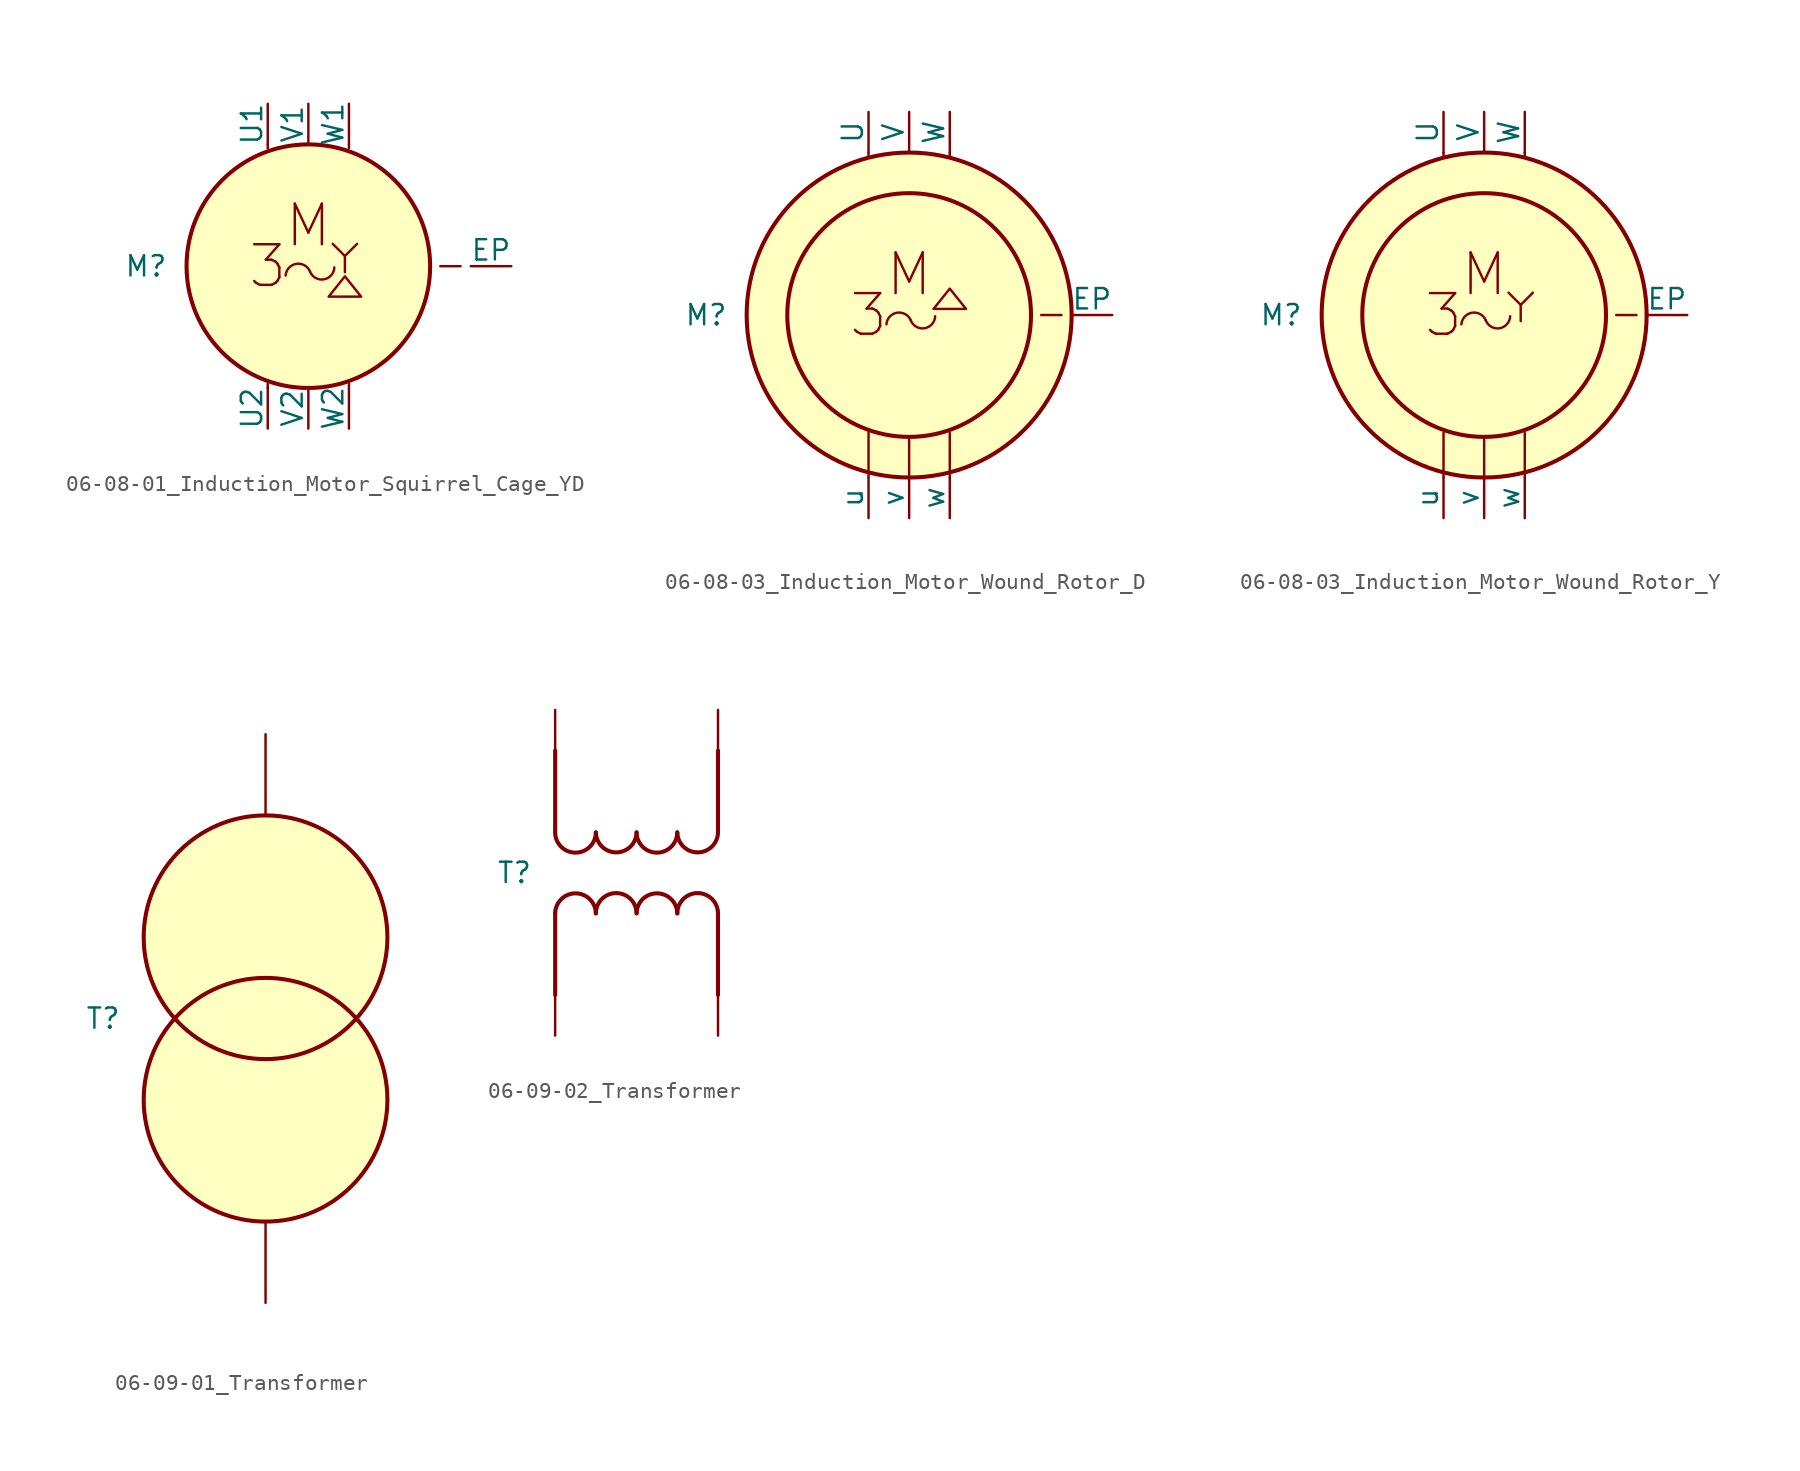
<source format=kicad_sym>
(kicad_symbol_lib
  (version 20201005)
  (generator kicad_symbol_editor)
  (symbol "Symbol_IEC_60617-6:06-08-01_Induction_Motor_Squirrel_Cage_YD"
    (pin_numbers hide)
    (pin_names
      (offset 0))
    (property "Reference" "M"
      (at -10.16 0 0)
      (effects (font (size 1.27 1.27))))
    (symbol "06-08-01_Induction_Motor_Squirrel_Cage_YD_0_1"
      (circle (center 0 0) (radius 7.62) (stroke (width 0.254)) (fill (type background)))
      (polyline (pts (xy -2.54 -7.62) (xy -2.54 -7.366)) (stroke (width 0.152)) (fill (type none)))
      (polyline (pts (xy -2.54 7.62) (xy -2.54 7.366)) (stroke (width 0.152)) (fill (type none)))
      (polyline (pts (xy 2.54 -7.62) (xy 2.54 -7.366)) (stroke (width 0.152)) (fill (type none)))
      (polyline (pts (xy 2.54 7.62) (xy 2.54 7.366)) (stroke (width 0.152)) (fill (type none))))
    (symbol "06-08-01_Induction_Motor_Squirrel_Cage_YD_1_1"
      (arc (start 0.1016 -0.3302) (end -1.4224 -0.5842) (radius (at -0.635 -0.635) (length 0.7874) (angles 22.5 176.3)) (stroke (width 0)) (fill (type none)))
      (arc (start 1.6256 -0.0762) (end 0.1016 -0.3302) (radius (at 0.8128 -0.0254) (length 0.762) (angles -3.6 -156.8)) (stroke (width 0)) (fill (type none)))
      (text "3" (at -2.54 0 0) (effects (font (size 2.54 2.54))))
      (text "M" (at 0 2.54 0) (effects (font (size 2.54 2.54))))
      (polyline (pts (xy 2.286 0.635) (xy 3.048 1.397)) (stroke (width 0)) (fill (type none)))
      (polyline (pts (xy 9.525 0) (xy 8.255 0)) (stroke (width 0.152)) (fill (type none)))
      (polyline (pts (xy 2.286 -0.381) (xy 2.286 0.635) (xy 1.524 1.397)) (stroke (width 0)) (fill (type none)))
      (polyline (pts (xy 1.27 -1.905) (xy 3.175 -1.905) (xy 3.302 -1.905) (xy 2.286 -0.635) (xy 1.27 -1.905)) (stroke (width 0)) (fill (type none)))
      (pin passive line (at -2.54 10.16 270) (length 2.54) (name "U1" (effects (font (size 1.27 1.27)))) (number "1" (effects (font (size 1.27 1.27)))))
      (pin passive line (at 0 10.16 270) (length 2.54) (name "V1" (effects (font (size 1.27 1.27)))) (number "2" (effects (font (size 1.27 1.27)))))
      (pin passive line (at 2.54 10.16 270) (length 2.54) (name "W1" (effects (font (size 1.27 1.27)))) (number "3" (effects (font (size 1.27 1.27)))))
      (pin passive line (at -2.54 -10.16 90) (length 2.54) (name "U2" (effects (font (size 1.27 1.27)))) (number "4" (effects (font (size 1.27 1.27)))))
      (pin passive line (at 0 -10.16 90) (length 2.54) (name "V2" (effects (font (size 1.27 1.27)))) (number "5" (effects (font (size 1.27 1.27)))))
      (pin passive line (at 2.54 -10.16 90) (length 2.54) (name "W2" (effects (font (size 1.27 1.27)))) (number "6" (effects (font (size 1.27 1.27)))))
      (pin passive line (at 12.7 0 180) (length 2.54) (name "EP" (effects (font (size 1.27 1.27)))) (number "~" (effects (font (size 1.27 1.27)))))))
  (symbol "Symbol_IEC_60617-6:06-08-03_Induction_Motor_Wound_Rotor_D"
    (pin_numbers hide)
    (pin_names
      (offset 0))
    (property "Reference" "M"
      (at -12.7 0 0)
      (effects (font (size 1.27 1.27))))
    (symbol "06-08-03_Induction_Motor_Wound_Rotor_D_0_1"
      (circle (center 0 0) (radius 7.62) (stroke (width 0.254)) (fill (type none)))
      (circle (center 0 0) (radius 10.16) (stroke (width 0.254)) (fill (type background)))
      (polyline (pts (xy -2.54 -10.16) (xy -2.54 -7.366)) (stroke (width 0.152)) (fill (type none)))
      (polyline (pts (xy -2.54 10.16) (xy -2.54 9.906)) (stroke (width 0.152)) (fill (type none)))
      (polyline (pts (xy 0 -10.16) (xy 0 -7.62)) (stroke (width 0.152)) (fill (type none)))
      (polyline (pts (xy 2.54 -10.16) (xy 2.54 -7.366)) (stroke (width 0.152)) (fill (type none)))
      (polyline (pts (xy 2.54 10.16) (xy 2.54 9.906)) (stroke (width 0.152)) (fill (type none))))
    (symbol "06-08-03_Induction_Motor_Wound_Rotor_D_1_1"
      (arc (start 0.1016 -0.3302) (end -1.4224 -0.5842) (radius (at -0.635 -0.635) (length 0.7874) (angles 22.5 176.3)) (stroke (width 0)) (fill (type none)))
      (arc (start 1.6256 -0.0762) (end 0.1016 -0.3302) (radius (at 0.8128 -0.0254) (length 0.762) (angles -3.6 -156.8)) (stroke (width 0)) (fill (type none)))
      (text "3" (at -2.54 0 0) (effects (font (size 2.54 2.54))))
      (text "M" (at 0 2.54 0) (effects (font (size 2.54 2.54))))
      (polyline (pts (xy 9.525 0) (xy 8.255 0)) (stroke (width 0.152)) (fill (type none)))
      (polyline (pts (xy 1.524 0.381) (xy 3.429 0.381) (xy 3.556 0.381) (xy 2.54 1.651) (xy 1.524 0.381)) (stroke (width 0)) (fill (type none)))
      (pin passive line (at -2.54 12.7 270) (length 2.54) (name "U" (effects (font (size 1.27 1.27)))) (number "1" (effects (font (size 1.27 1.27)))))
      (pin passive line (at 0 12.7 270) (length 2.54) (name "V" (effects (font (size 1.27 1.27)))) (number "2" (effects (font (size 1.27 1.27)))))
      (pin passive line (at 2.54 12.7 270) (length 2.54) (name "W" (effects (font (size 1.27 1.27)))) (number "3" (effects (font (size 1.27 1.27)))))
      (pin passive line (at -2.54 -12.7 90) (length 2.54) (name "u" (effects (font (size 1.27 1.27)))) (number "4" (effects (font (size 1.27 1.27)))))
      (pin passive line (at 0 -12.7 90) (length 2.54) (name "v" (effects (font (size 1.27 1.27)))) (number "5" (effects (font (size 1.27 1.27)))))
      (pin passive line (at 2.54 -12.7 90) (length 2.54) (name "w" (effects (font (size 1.27 1.27)))) (number "6" (effects (font (size 1.27 1.27)))))
      (pin passive line (at 12.7 0 180) (length 2.54) (name "EP" (effects (font (size 1.27 1.27)))) (number "~" (effects (font (size 1.27 1.27)))))))
  (symbol "Symbol_IEC_60617-6:06-08-03_Induction_Motor_Wound_Rotor_Y"
    (pin_numbers hide)
    (pin_names
      (offset 0))
    (property "Reference" "M"
      (at -12.7 0 0)
      (effects (font (size 1.27 1.27))))
    (symbol "06-08-03_Induction_Motor_Wound_Rotor_Y_1_1"
      (arc (start 0.1016 -0.3302) (end -1.4224 -0.5842) (radius (at -0.635 -0.635) (length 0.7874) (angles 22.5 176.3)) (stroke (width 0)) (fill (type none)))
      (arc (start 1.6256 -0.0762) (end 0.1016 -0.3302) (radius (at 0.8128 -0.0254) (length 0.762) (angles -3.6 -156.8)) (stroke (width 0)) (fill (type none)))
      (circle (center 0 0) (radius 7.62) (stroke (width 0.254)) (fill (type none)))
      (circle (center 0 0) (radius 10.16) (stroke (width 0.254)) (fill (type background)))
      (text "3" (at -2.54 0 0) (effects (font (size 2.54 2.54))))
      (text "M" (at 0 2.54 0) (effects (font (size 2.54 2.54))))
      (polyline (pts (xy -2.54 -10.16) (xy -2.54 -7.366)) (stroke (width 0.152)) (fill (type none)))
      (polyline (pts (xy -2.54 10.16) (xy -2.54 9.906)) (stroke (width 0.152)) (fill (type none)))
      (polyline (pts (xy 0 -10.16) (xy 0 -7.62)) (stroke (width 0.152)) (fill (type none)))
      (polyline (pts (xy 2.286 0.635) (xy 3.048 1.397)) (stroke (width 0)) (fill (type none)))
      (polyline (pts (xy 2.54 -10.16) (xy 2.54 -7.366)) (stroke (width 0.152)) (fill (type none)))
      (polyline (pts (xy 2.54 10.16) (xy 2.54 9.906)) (stroke (width 0.152)) (fill (type none)))
      (polyline (pts (xy 9.525 0) (xy 8.255 0)) (stroke (width 0.152)) (fill (type none)))
      (polyline (pts (xy 2.286 -0.381) (xy 2.286 0.635) (xy 1.524 1.397)) (stroke (width 0)) (fill (type none)))
      (pin passive line (at -2.54 12.7 270) (length 2.54) (name "U" (effects (font (size 1.27 1.27)))) (number "1" (effects (font (size 1.27 1.27)))))
      (pin passive line (at 0 12.7 270) (length 2.54) (name "V" (effects (font (size 1.27 1.27)))) (number "2" (effects (font (size 1.27 1.27)))))
      (pin passive line (at 2.54 12.7 270) (length 2.54) (name "W" (effects (font (size 1.27 1.27)))) (number "3" (effects (font (size 1.27 1.27)))))
      (pin passive line (at -2.54 -12.7 90) (length 2.54) (name "u" (effects (font (size 1.27 1.27)))) (number "4" (effects (font (size 1.27 1.27)))))
      (pin passive line (at 0 -12.7 90) (length 2.54) (name "v" (effects (font (size 1.27 1.27)))) (number "5" (effects (font (size 1.27 1.27)))))
      (pin passive line (at 2.54 -12.7 90) (length 2.54) (name "w" (effects (font (size 1.27 1.27)))) (number "6" (effects (font (size 1.27 1.27)))))
      (pin passive line (at 12.7 0 180) (length 2.54) (name "EP" (effects (font (size 1.27 1.27)))) (number "~" (effects (font (size 1.27 1.27)))))))
  (symbol "Symbol_IEC_60617-6:06-09-01_Transformer"
    (pin_numbers hide)
    (pin_names hide)
    (property "Reference" "T"
      (at -10.16 0 0)
      (effects (font (size 1.27 1.27))))
    (symbol "06-09-01_Transformer_0_1"
      (circle (center 0 5.08) (radius 7.62) (stroke (width 0.254)) (fill (type background)))
      (circle (center 0 -5.08) (radius 7.62) (stroke (width 0.254)) (fill (type background))))
    (symbol "06-09-01_Transformer_1_1"
      (pin input line (at 0 17.78 270) (length 5.08) (name "P" (effects (font (size 1.27 1.27)))) (number "1" (effects (font (size 1.27 1.27)))))
      (pin input line (at 0 -17.78 90) (length 5.08) (name "S" (effects (font (size 1.27 1.27)))) (number "2" (effects (font (size 1.27 1.27)))))))
  (symbol "Symbol_IEC_60617-6:06-09-02_Transformer"
    (pin_numbers hide)
    (pin_names hide)
    (property "Reference" "T"
      (at -7.62 0 0)
      (effects (font (size 1.27 1.27))))
    (symbol "06-09-02_Transformer_0_1"
      (arc (start 0 2.5241) (end -2.54 2.5241) (radius (at -1.27 2.54) (length 1.2701) (angles -0.7 -179.3)) (stroke (width 0.254)) (fill (type none)))
      (arc (start -2.54 2.5082) (end -5.08 2.5082) (radius (at -3.81 2.5241) (length 1.2701) (angles -0.7 -179.3)) (stroke (width 0.254)) (fill (type none)))
      (arc (start 5.08 2.5241) (end 2.54 2.5241) (radius (at 3.81 2.54) (length 1.2701) (angles -0.7 -179.3)) (stroke (width 0.254)) (fill (type none)))
      (arc (start 2.54 2.5082) (end 0 2.5082) (radius (at 1.27 2.5241) (length 1.2701) (angles -0.7 -179.3)) (stroke (width 0.254)) (fill (type none)))
      (arc (start 0 -2.54) (end 2.54 -2.54) (radius (at 1.27 -2.5559) (length 1.2701) (angles 179.3 0.7)) (stroke (width 0.254)) (fill (type none)))
      (arc (start 2.54 -2.5241) (end 5.08 -2.5241) (radius (at 3.81 -2.54) (length 1.2701) (angles 179.3 0.7)) (stroke (width 0.254)) (fill (type none)))
      (arc (start -5.08 -2.54) (end -2.54 -2.54) (radius (at -3.81 -2.5559) (length 1.2701) (angles 179.3 0.7)) (stroke (width 0.254)) (fill (type none)))
      (arc (start -2.54 -2.5241) (end 0 -2.5241) (radius (at -1.27 -2.54) (length 1.2701) (angles 179.3 0.7)) (stroke (width 0.254)) (fill (type none)))
      (polyline (pts (xy -5.08 7.62) (xy -5.08 2.54)) (stroke (width 0.254)) (fill (type none)))
      (polyline (pts (xy 5.08 7.62) (xy 5.08 2.54)) (stroke (width 0.254)) (fill (type none)))
      (polyline (pts (xy 5.08 -2.54) (xy 5.08 -7.62)) (stroke (width 0.254)) (fill (type none)))
      (polyline (pts (xy -5.08 -2.54) (xy -5.08 -7.62)) (stroke (width 0.254)) (fill (type none))))
    (symbol "06-09-02_Transformer_1_1"
      (pin passive line (at -5.08 10.16 270) (length 2.54) (name "PA" (effects (font (size 1.27 1.27)))) (number "1" (effects (font (size 1.27 1.27)))))
      (pin passive line (at 5.08 10.16 270) (length 2.54) (name "PB" (effects (font (size 1.27 1.27)))) (number "2" (effects (font (size 1.27 1.27)))))
      (pin passive line (at -5.08 -10.16 90) (length 2.54) (name "SA" (effects (font (size 1.27 1.27)))) (number "3" (effects (font (size 1.27 1.27)))))
      (pin passive line (at 5.08 -10.16 90) (length 2.54) (name "SB" (effects (font (size 1.27 1.27)))) (number "4" (effects (font (size 1.27 1.27))))))))
</source>
